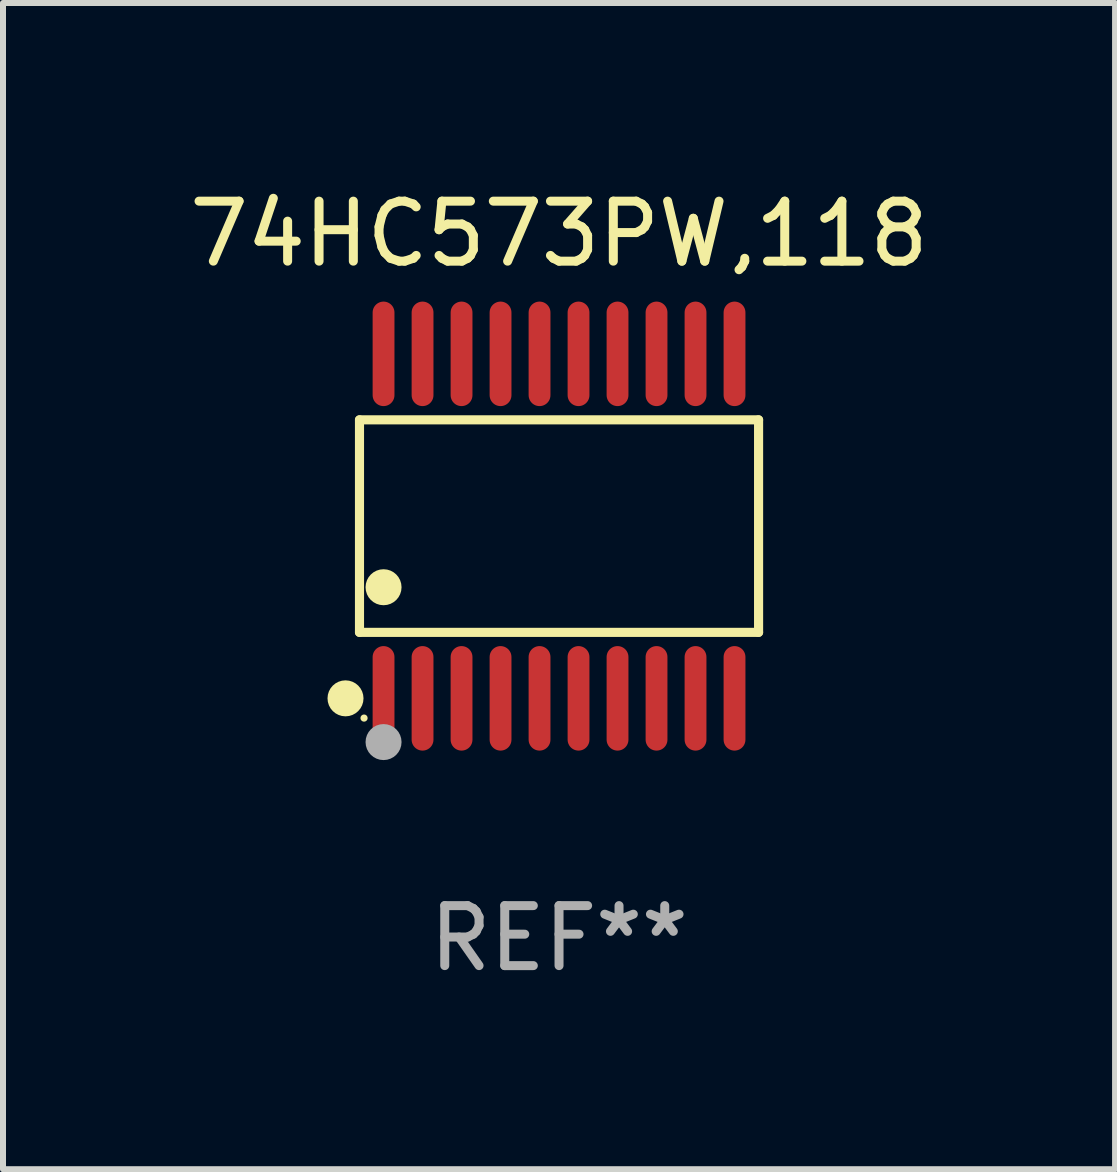
<source format=kicad_pcb>
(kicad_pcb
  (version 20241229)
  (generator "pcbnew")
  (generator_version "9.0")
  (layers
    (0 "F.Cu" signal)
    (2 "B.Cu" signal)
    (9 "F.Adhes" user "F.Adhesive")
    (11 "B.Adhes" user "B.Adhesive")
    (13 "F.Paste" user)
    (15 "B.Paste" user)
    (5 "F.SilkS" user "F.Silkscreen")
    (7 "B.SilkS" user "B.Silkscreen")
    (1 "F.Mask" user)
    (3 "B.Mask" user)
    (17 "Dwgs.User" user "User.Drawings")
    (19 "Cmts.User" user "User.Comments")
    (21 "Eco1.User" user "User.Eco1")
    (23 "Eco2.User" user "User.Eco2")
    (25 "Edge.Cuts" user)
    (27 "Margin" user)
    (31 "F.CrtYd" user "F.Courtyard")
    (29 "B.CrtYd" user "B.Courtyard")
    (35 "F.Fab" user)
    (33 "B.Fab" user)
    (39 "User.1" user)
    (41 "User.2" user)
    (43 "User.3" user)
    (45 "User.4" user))
  (footprint "74HC573PW,118"
    (layer "F.Cu")
    (at 6.268 5.719)
    (property "Reference" "74HC573PW,118" (at 0 -4.871 0) (layer "F.SilkS") (effects (font (size 1 1) (thickness 0.15))))
    (attr through_hole)
    (fp_line (start -3.326 -1.771) (end 3.326 -1.771) (stroke (width 0.152) (type solid)) (layer "F.SilkS"))
    (fp_line (start -3.326 1.771) (end -3.326 -1.771) (stroke (width 0.152) (type solid)) (layer "F.SilkS"))
    (fp_line (start 3.326 -1.771) (end 3.326 1.771) (stroke (width 0.152) (type solid)) (layer "F.SilkS"))
    (fp_line (start 3.326 1.771) (end -3.326 1.771) (stroke (width 0.152) (type solid)) (layer "F.SilkS"))
    (fp_circle (center -3.559 2.871) (end -3.409 2.871) (stroke (width 0.3) (type solid)) (fill no) (layer "F.SilkS"))
    (fp_circle (center -3.25 3.2) (end -3.22 3.2) (stroke (width 0.06) (type solid)) (fill no) (layer "F.SilkS"))
    (fp_circle (center -2.925 1.019) (end -2.775 1.019) (stroke (width 0.3) (type solid)) (fill no) (layer "F.SilkS"))
    (fp_circle (center -2.925 3.6) (end -2.775 3.6) (stroke (width 0.3) (type solid)) (fill no) (layer "F.Fab"))
    (fp_text user "REF**" (at 0 6.871 0) (layer "F.Fab") (effects (font (size 1 1) (thickness 0.15))))
    (pad "1" smd oval (at -2.925 2.871) (size 0.364 1.742) (layers "F.Cu" "F.Mask" "F.Paste"))
    (pad "2" smd oval (at -2.275 2.871) (size 0.364 1.742) (layers "F.Cu" "F.Mask" "F.Paste"))
    (pad "3" smd oval (at -1.625 2.871) (size 0.364 1.742) (layers "F.Cu" "F.Mask" "F.Paste"))
    (pad "4" smd oval (at -0.975 2.871) (size 0.364 1.742) (layers "F.Cu" "F.Mask" "F.Paste"))
    (pad "5" smd oval (at -0.325 2.871) (size 0.364 1.742) (layers "F.Cu" "F.Mask" "F.Paste"))
    (pad "6" smd oval (at 0.325 2.871) (size 0.364 1.742) (layers "F.Cu" "F.Mask" "F.Paste"))
    (pad "7" smd oval (at 0.975 2.871) (size 0.364 1.742) (layers "F.Cu" "F.Mask" "F.Paste"))
    (pad "8" smd oval (at 1.625 2.871) (size 0.364 1.742) (layers "F.Cu" "F.Mask" "F.Paste"))
    (pad "9" smd oval (at 2.275 2.871) (size 0.364 1.742) (layers "F.Cu" "F.Mask" "F.Paste"))
    (pad "10" smd oval (at 2.925 2.871) (size 0.364 1.742) (layers "F.Cu" "F.Mask" "F.Paste"))
    (pad "11" smd oval (at 2.925 -2.871) (size 0.364 1.742) (layers "F.Cu" "F.Mask" "F.Paste"))
    (pad "12" smd oval (at 2.275 -2.871) (size 0.364 1.742) (layers "F.Cu" "F.Mask" "F.Paste"))
    (pad "13" smd oval (at 1.625 -2.871) (size 0.364 1.742) (layers "F.Cu" "F.Mask" "F.Paste"))
    (pad "14" smd oval (at 0.975 -2.871) (size 0.364 1.742) (layers "F.Cu" "F.Mask" "F.Paste"))
    (pad "15" smd oval (at 0.325 -2.871) (size 0.364 1.742) (layers "F.Cu" "F.Mask" "F.Paste"))
    (pad "16" smd oval (at -0.325 -2.871) (size 0.364 1.742) (layers "F.Cu" "F.Mask" "F.Paste"))
    (pad "17" smd oval (at -0.975 -2.871) (size 0.364 1.742) (layers "F.Cu" "F.Mask" "F.Paste"))
    (pad "18" smd oval (at -1.625 -2.871) (size 0.364 1.742) (layers "F.Cu" "F.Mask" "F.Paste"))
    (pad "19" smd oval (at -2.275 -2.871) (size 0.364 1.742) (layers "F.Cu" "F.Mask" "F.Paste"))
    (pad "20" smd oval (at -2.925 -2.871) (size 0.364 1.742) (layers "F.Cu" "F.Mask" "F.Paste")))
  (gr_rect
    (start -3 -3)
    (end 15.536 16.438)
    (stroke (width 0.1) (type default))
    (fill no)
    (layer "Edge.Cuts")))
</source>
